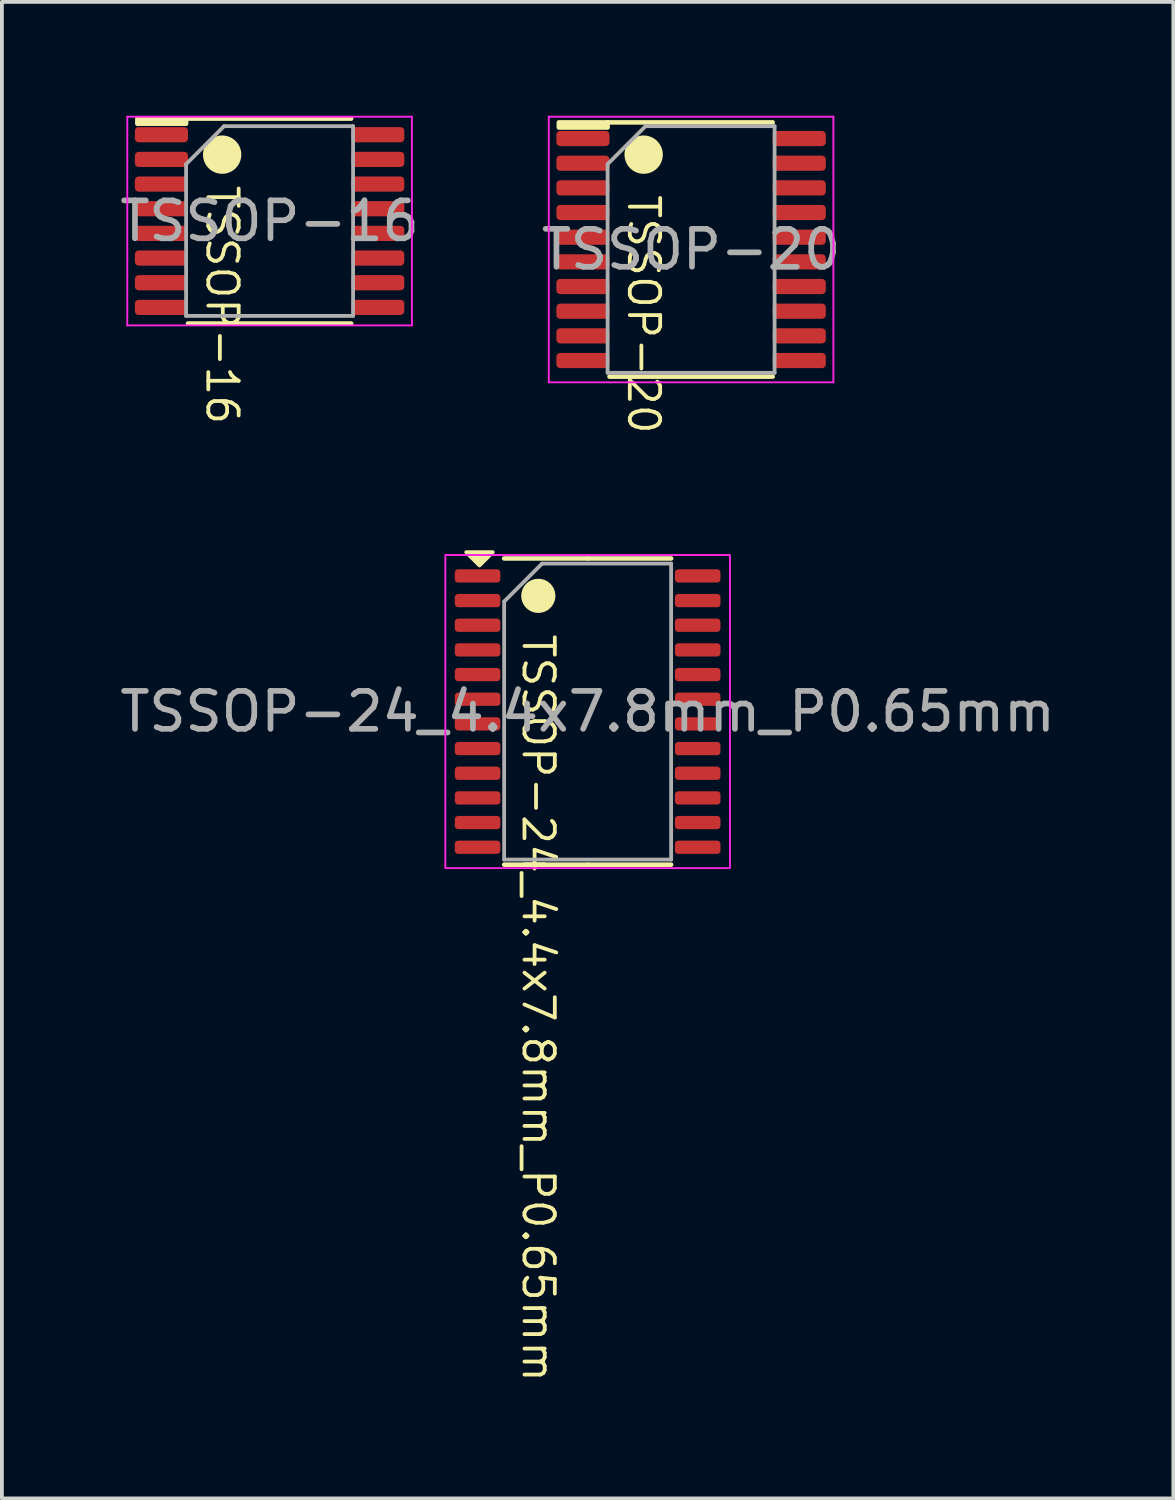
<source format=kicad_pcb>
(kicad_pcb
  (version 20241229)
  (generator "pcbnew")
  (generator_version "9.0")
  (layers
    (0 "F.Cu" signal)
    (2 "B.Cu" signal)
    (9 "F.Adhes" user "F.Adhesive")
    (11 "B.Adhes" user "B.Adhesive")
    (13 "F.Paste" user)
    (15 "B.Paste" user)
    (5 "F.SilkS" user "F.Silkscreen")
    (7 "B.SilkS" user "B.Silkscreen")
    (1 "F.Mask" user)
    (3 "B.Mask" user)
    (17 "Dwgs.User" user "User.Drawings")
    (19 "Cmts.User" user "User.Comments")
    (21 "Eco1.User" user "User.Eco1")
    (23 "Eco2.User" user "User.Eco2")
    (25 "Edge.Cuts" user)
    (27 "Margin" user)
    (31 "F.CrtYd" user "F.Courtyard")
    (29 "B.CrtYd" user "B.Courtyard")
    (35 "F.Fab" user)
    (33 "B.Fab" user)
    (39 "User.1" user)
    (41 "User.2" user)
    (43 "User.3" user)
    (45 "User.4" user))
  (footprint "TSSOP-16"
    (layer "F.Cu")
    (at 4.054 2.775)
    (property "Reference" "TSSOP-16" (at -1.25 -1 270) (unlocked yes) (layer "F.SilkS") (effects (font (size 0.8 0.8) (thickness 0.1)) (justify left)))
    (attr smd)
    (fp_line (start -2.2 -2.7) (end 2.15 -2.7) (stroke (width 0.12) (type solid)) (layer "F.SilkS"))
    (fp_line (start -2.15 2.7) (end 2.15 2.7) (stroke (width 0.12) (type solid)) (layer "F.SilkS"))
    (fp_rect (start -3.485 -2.7) (end -2.2 -2.565) (stroke (width 0.12) (type solid)) (fill yes) (layer "F.SilkS"))
    (fp_circle (center -1.25 -1.75) (end -0.75 -1.75) (stroke (width 0.01) (type solid)) (fill yes) (layer "F.SilkS"))
    (fp_line (start -3.75 -2.75) (end -3.75 2.75) (stroke (width 0.05) (type solid)) (layer "F.CrtYd"))
    (fp_line (start -3.75 2.75) (end 3.75 2.75) (stroke (width 0.05) (type solid)) (layer "F.CrtYd"))
    (fp_line (start 3.75 -2.75) (end -3.75 -2.75) (stroke (width 0.05) (type solid)) (layer "F.CrtYd"))
    (fp_line (start 3.75 2.75) (end 3.75 -2.75) (stroke (width 0.05) (type solid)) (layer "F.CrtYd"))
    (fp_line (start -2.2 -1.5) (end -1.2 -2.5) (stroke (width 0.1) (type solid)) (layer "F.Fab"))
    (fp_line (start -2.2 2.5) (end -2.2 -1.5) (stroke (width 0.1) (type solid)) (layer "F.Fab"))
    (fp_line (start -1.2 -2.5) (end 2.2 -2.5) (stroke (width 0.1) (type solid)) (layer "F.Fab"))
    (fp_line (start 2.2 -2.5) (end 2.2 2.5) (stroke (width 0.1) (type solid)) (layer "F.Fab"))
    (fp_line (start 2.2 2.5) (end -2.2 2.5) (stroke (width 0.1) (type solid)) (layer "F.Fab"))
    (fp_text user "${REFERENCE}" (at 0 0 0) (layer "F.Fab") (effects (font (size 1 1) (thickness 0.15))))
    (pad "1" smd roundrect (at -2.85 -2.275) (size 1.4 0.4) (layers "F.Cu" "F.Mask" "F.Paste") (roundrect_rratio 0.25))
    (pad "2" smd roundrect (at -2.85 -1.625) (size 1.4 0.4) (layers "F.Cu" "F.Mask" "F.Paste") (roundrect_rratio 0.25))
    (pad "3" smd roundrect (at -2.85 -0.975) (size 1.4 0.4) (layers "F.Cu" "F.Mask" "F.Paste") (roundrect_rratio 0.25))
    (pad "4" smd roundrect (at -2.85 -0.325) (size 1.4 0.4) (layers "F.Cu" "F.Mask" "F.Paste") (roundrect_rratio 0.25))
    (pad "5" smd roundrect (at -2.85 0.325) (size 1.4 0.4) (layers "F.Cu" "F.Mask" "F.Paste") (roundrect_rratio 0.25))
    (pad "6" smd roundrect (at -2.85 0.975) (size 1.4 0.4) (layers "F.Cu" "F.Mask" "F.Paste") (roundrect_rratio 0.25))
    (pad "7" smd roundrect (at -2.85 1.625) (size 1.4 0.4) (layers "F.Cu" "F.Mask" "F.Paste") (roundrect_rratio 0.25))
    (pad "8" smd roundrect (at -2.85 2.275) (size 1.4 0.4) (layers "F.Cu" "F.Mask" "F.Paste") (roundrect_rratio 0.25))
    (pad "9" smd roundrect (at 2.85 2.275) (size 1.4 0.4) (layers "F.Cu" "F.Mask" "F.Paste") (roundrect_rratio 0.25))
    (pad "10" smd roundrect (at 2.85 1.625) (size 1.4 0.4) (layers "F.Cu" "F.Mask" "F.Paste") (roundrect_rratio 0.25))
    (pad "11" smd roundrect (at 2.85 0.975) (size 1.4 0.4) (layers "F.Cu" "F.Mask" "F.Paste") (roundrect_rratio 0.25))
    (pad "12" smd roundrect (at 2.85 0.325) (size 1.4 0.4) (layers "F.Cu" "F.Mask" "F.Paste") (roundrect_rratio 0.25))
    (pad "13" smd roundrect (at 2.85 -0.325) (size 1.4 0.4) (layers "F.Cu" "F.Mask" "F.Paste") (roundrect_rratio 0.25))
    (pad "14" smd roundrect (at 2.85 -0.975) (size 1.4 0.4) (layers "F.Cu" "F.Mask" "F.Paste") (roundrect_rratio 0.25))
    (pad "15" smd roundrect (at 2.85 -1.625) (size 1.4 0.4) (layers "F.Cu" "F.Mask" "F.Paste") (roundrect_rratio 0.25))
    (pad "16" smd roundrect (at 2.85 -2.275) (size 1.4 0.4) (layers "F.Cu" "F.Mask" "F.Paste") (roundrect_rratio 0.25)))
  (footprint "TSSOP-20"
    (layer "F.Cu")
    (at 15.161 3.525)
    (property "Reference" "TSSOP-20" (at -1.25 -1.5 270) (unlocked yes) (layer "F.SilkS") (effects (font (size 0.8 0.8) (thickness 0.1)) (justify left)))
    (attr smd)
    (fp_line (start -2.2 -3.35) (end 2.15 -3.35) (stroke (width 0.12) (type solid)) (layer "F.SilkS"))
    (fp_line (start -2.15 3.35) (end 2.15 3.35) (stroke (width 0.12) (type solid)) (layer "F.SilkS"))
    (fp_rect (start -3.485 -3.35) (end -2.2 -3.215) (stroke (width 0.12) (type solid)) (fill yes) (layer "F.SilkS"))
    (fp_circle (center -1.25 -2.5) (end -0.75 -2.5) (stroke (width 0.01) (type solid)) (fill yes) (layer "F.SilkS"))
    (fp_line (start -3.75 -3.5) (end -3.75 3.5) (stroke (width 0.05) (type solid)) (layer "F.CrtYd"))
    (fp_line (start -3.75 3.5) (end 3.75 3.5) (stroke (width 0.05) (type solid)) (layer "F.CrtYd"))
    (fp_line (start 3.75 -3.5) (end -3.75 -3.5) (stroke (width 0.05) (type solid)) (layer "F.CrtYd"))
    (fp_line (start 3.75 3.5) (end 3.75 -3.5) (stroke (width 0.05) (type solid)) (layer "F.CrtYd"))
    (fp_line (start -2.2 -2.25) (end -1.2 -3.25) (stroke (width 0.1) (type solid)) (layer "F.Fab"))
    (fp_line (start -2.2 3.25) (end -2.2 -2.25) (stroke (width 0.1) (type solid)) (layer "F.Fab"))
    (fp_line (start -1.2 -3.25) (end 2.2 -3.25) (stroke (width 0.1) (type solid)) (layer "F.Fab"))
    (fp_line (start 2.2 -3.25) (end 2.2 3.25) (stroke (width 0.1) (type solid)) (layer "F.Fab"))
    (fp_line (start 2.2 3.25) (end -2.2 3.25) (stroke (width 0.1) (type solid)) (layer "F.Fab"))
    (fp_text user "${REFERENCE}" (at 0 0 0) (layer "F.Fab") (effects (font (size 1 1) (thickness 0.15))))
    (pad "1" smd roundrect (at -2.85 -2.925) (size 1.4 0.4) (layers "F.Cu" "F.Mask" "F.Paste") (roundrect_rratio 0.25))
    (pad "2" smd roundrect (at -2.85 -2.275) (size 1.4 0.4) (layers "F.Cu" "F.Mask" "F.Paste") (roundrect_rratio 0.25))
    (pad "3" smd roundrect (at -2.85 -1.625) (size 1.4 0.4) (layers "F.Cu" "F.Mask" "F.Paste") (roundrect_rratio 0.25))
    (pad "4" smd roundrect (at -2.85 -0.975) (size 1.4 0.4) (layers "F.Cu" "F.Mask" "F.Paste") (roundrect_rratio 0.25))
    (pad "5" smd roundrect (at -2.85 -0.325) (size 1.4 0.4) (layers "F.Cu" "F.Mask" "F.Paste") (roundrect_rratio 0.25))
    (pad "6" smd roundrect (at -2.85 0.325) (size 1.4 0.4) (layers "F.Cu" "F.Mask" "F.Paste") (roundrect_rratio 0.25))
    (pad "7" smd roundrect (at -2.85 0.975) (size 1.4 0.4) (layers "F.Cu" "F.Mask" "F.Paste") (roundrect_rratio 0.25))
    (pad "8" smd roundrect (at -2.85 1.625) (size 1.4 0.4) (layers "F.Cu" "F.Mask" "F.Paste") (roundrect_rratio 0.25))
    (pad "9" smd roundrect (at -2.85 2.275) (size 1.4 0.4) (layers "F.Cu" "F.Mask" "F.Paste") (roundrect_rratio 0.25))
    (pad "10" smd roundrect (at -2.85 2.925) (size 1.4 0.4) (layers "F.Cu" "F.Mask" "F.Paste") (roundrect_rratio 0.25))
    (pad "11" smd roundrect (at 2.85 2.925) (size 1.4 0.4) (layers "F.Cu" "F.Mask" "F.Paste") (roundrect_rratio 0.25))
    (pad "12" smd roundrect (at 2.85 2.275) (size 1.4 0.4) (layers "F.Cu" "F.Mask" "F.Paste") (roundrect_rratio 0.25))
    (pad "13" smd roundrect (at 2.85 1.625) (size 1.4 0.4) (layers "F.Cu" "F.Mask" "F.Paste") (roundrect_rratio 0.25))
    (pad "14" smd roundrect (at 2.85 0.975) (size 1.4 0.4) (layers "F.Cu" "F.Mask" "F.Paste") (roundrect_rratio 0.25))
    (pad "15" smd roundrect (at 2.85 0.325) (size 1.4 0.4) (layers "F.Cu" "F.Mask" "F.Paste") (roundrect_rratio 0.25))
    (pad "16" smd roundrect (at 2.85 -0.325) (size 1.4 0.4) (layers "F.Cu" "F.Mask" "F.Paste") (roundrect_rratio 0.25))
    (pad "17" smd roundrect (at 2.85 -0.975) (size 1.4 0.4) (layers "F.Cu" "F.Mask" "F.Paste") (roundrect_rratio 0.25))
    (pad "18" smd roundrect (at 2.85 -1.625) (size 1.4 0.4) (layers "F.Cu" "F.Mask" "F.Paste") (roundrect_rratio 0.25))
    (pad "19" smd roundrect (at 2.85 -2.275) (size 1.4 0.4) (layers "F.Cu" "F.Mask" "F.Paste") (roundrect_rratio 0.25))
    (pad "20" smd roundrect (at 2.85 -2.925) (size 1.4 0.4) (layers "F.Cu" "F.Mask" "F.Paste") (roundrect_rratio 0.25)))
  (footprint "TSSOP-24_4.4x7.8mm_P0.65mm"
    (layer "F.Cu")
    (at 12.435 15.701)
    (property "Reference" "TSSOP-24_4.4x7.8mm_P0.65mm" (at -1.3 -2.1 270) (unlocked yes) (layer "F.SilkS") (effects (font (size 0.8 0.8) (thickness 0.1)) (justify left)))
    (attr smd)
    (fp_line (start 0 -4.035) (end -2.2 -4.035) (stroke (width 0.12) (type solid)) (layer "F.SilkS"))
    (fp_line (start 0 -4.035) (end 2.2 -4.035) (stroke (width 0.12) (type solid)) (layer "F.SilkS"))
    (fp_line (start 0 4.035) (end -2.2 4.035) (stroke (width 0.12) (type solid)) (layer "F.SilkS"))
    (fp_line (start 0 4.035) (end 2.2 4.035) (stroke (width 0.12) (type solid)) (layer "F.SilkS"))
    (fp_circle (center -1.3 -3.05) (end -0.9 -3.05) (stroke (width 0.1) (type solid)) (fill yes) (layer "F.SilkS"))
    (fp_poly (pts (xy -2.85 -3.85) (xy -3.2 -4.2) (xy -2.5 -4.2)) (stroke (width 0.1) (type solid)) (fill yes) (layer "F.SilkS"))
    (fp_rect (start -3.75 -4.125) (end 3.75 4.125) (stroke (width 0.05) (type default)) (fill no) (layer "F.CrtYd"))
    (fp_line (start -2.2 -2.9) (end -1.2 -3.9) (stroke (width 0.1) (type solid)) (layer "F.Fab"))
    (fp_line (start -2.2 3.9) (end -2.2 -2.9) (stroke (width 0.1) (type solid)) (layer "F.Fab"))
    (fp_line (start -1.2 -3.9) (end 2.2 -3.9) (stroke (width 0.1) (type solid)) (layer "F.Fab"))
    (fp_line (start 2.2 -3.9) (end 2.2 3.9) (stroke (width 0.1) (type solid)) (layer "F.Fab"))
    (fp_line (start 2.2 3.9) (end -2.2 3.9) (stroke (width 0.1) (type solid)) (layer "F.Fab"))
    (fp_text user "${REFERENCE}" (at 0 0 0) (layer "F.Fab") (effects (font (size 1 1) (thickness 0.15))))
    (pad "1" smd roundrect (at -2.9 -3.575) (size 1.2 0.35) (layers "F.Cu" "F.Mask" "F.Paste") (roundrect_rratio 0.25))
    (pad "2" smd roundrect (at -2.9 -2.925) (size 1.2 0.35) (layers "F.Cu" "F.Mask" "F.Paste") (roundrect_rratio 0.25))
    (pad "3" smd roundrect (at -2.9 -2.275) (size 1.2 0.35) (layers "F.Cu" "F.Mask" "F.Paste") (roundrect_rratio 0.25))
    (pad "4" smd roundrect (at -2.9 -1.625) (size 1.2 0.35) (layers "F.Cu" "F.Mask" "F.Paste") (roundrect_rratio 0.25))
    (pad "5" smd roundrect (at -2.9 -0.975) (size 1.2 0.35) (layers "F.Cu" "F.Mask" "F.Paste") (roundrect_rratio 0.25))
    (pad "6" smd roundrect (at -2.9 -0.325) (size 1.2 0.35) (layers "F.Cu" "F.Mask" "F.Paste") (roundrect_rratio 0.25))
    (pad "7" smd roundrect (at -2.9 0.325) (size 1.2 0.35) (layers "F.Cu" "F.Mask" "F.Paste") (roundrect_rratio 0.25))
    (pad "8" smd roundrect (at -2.9 0.975) (size 1.2 0.35) (layers "F.Cu" "F.Mask" "F.Paste") (roundrect_rratio 0.25))
    (pad "9" smd roundrect (at -2.9 1.625) (size 1.2 0.35) (layers "F.Cu" "F.Mask" "F.Paste") (roundrect_rratio 0.25))
    (pad "10" smd roundrect (at -2.9 2.275) (size 1.2 0.35) (layers "F.Cu" "F.Mask" "F.Paste") (roundrect_rratio 0.25))
    (pad "11" smd roundrect (at -2.9 2.925) (size 1.2 0.35) (layers "F.Cu" "F.Mask" "F.Paste") (roundrect_rratio 0.25))
    (pad "12" smd roundrect (at -2.9 3.575) (size 1.2 0.35) (layers "F.Cu" "F.Mask" "F.Paste") (roundrect_rratio 0.25))
    (pad "13" smd roundrect (at 2.9 3.575) (size 1.2 0.35) (layers "F.Cu" "F.Mask" "F.Paste") (roundrect_rratio 0.25))
    (pad "14" smd roundrect (at 2.9 2.925) (size 1.2 0.35) (layers "F.Cu" "F.Mask" "F.Paste") (roundrect_rratio 0.25))
    (pad "15" smd roundrect (at 2.9 2.275) (size 1.2 0.35) (layers "F.Cu" "F.Mask" "F.Paste") (roundrect_rratio 0.25))
    (pad "16" smd roundrect (at 2.9 1.625) (size 1.2 0.35) (layers "F.Cu" "F.Mask" "F.Paste") (roundrect_rratio 0.25))
    (pad "17" smd roundrect (at 2.9 0.975) (size 1.2 0.35) (layers "F.Cu" "F.Mask" "F.Paste") (roundrect_rratio 0.25))
    (pad "18" smd roundrect (at 2.9 0.325) (size 1.2 0.35) (layers "F.Cu" "F.Mask" "F.Paste") (roundrect_rratio 0.25))
    (pad "19" smd roundrect (at 2.9 -0.325) (size 1.2 0.35) (layers "F.Cu" "F.Mask" "F.Paste") (roundrect_rratio 0.25))
    (pad "20" smd roundrect (at 2.9 -0.975) (size 1.2 0.35) (layers "F.Cu" "F.Mask" "F.Paste") (roundrect_rratio 0.25))
    (pad "21" smd roundrect (at 2.9 -1.625) (size 1.2 0.35) (layers "F.Cu" "F.Mask" "F.Paste") (roundrect_rratio 0.25))
    (pad "22" smd roundrect (at 2.9 -2.275) (size 1.2 0.35) (layers "F.Cu" "F.Mask" "F.Paste") (roundrect_rratio 0.25))
    (pad "23" smd roundrect (at 2.9 -2.925) (size 1.2 0.35) (layers "F.Cu" "F.Mask" "F.Paste") (roundrect_rratio 0.25))
    (pad "24" smd roundrect (at 2.9 -3.575) (size 1.2 0.35) (layers "F.Cu" "F.Mask" "F.Paste") (roundrect_rratio 0.25)))
  (gr_rect
    (start -3 -3)
    (end 27.869 36.436)
    (stroke (width 0.1) (type default))
    (fill no)
    (layer "Edge.Cuts")))
</source>
